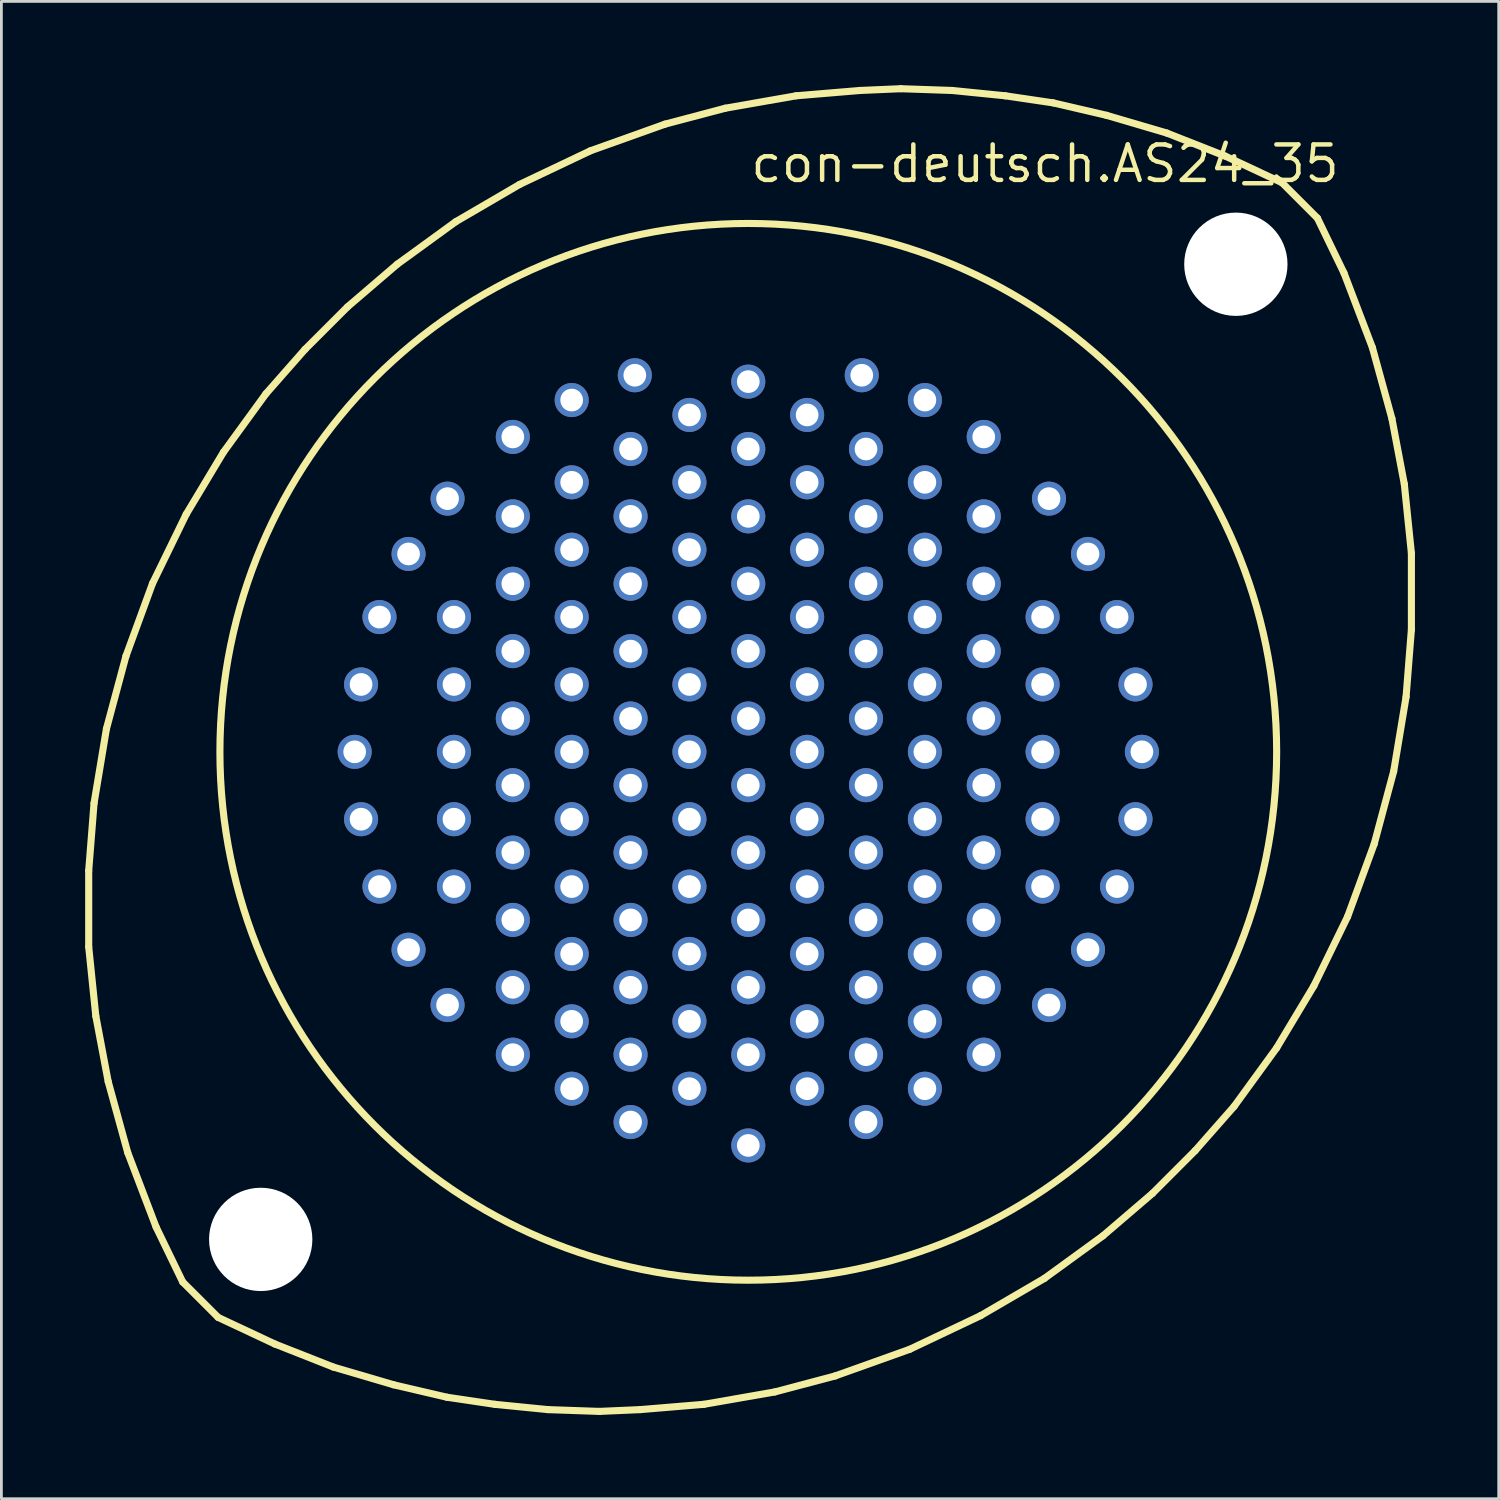
<source format=kicad_pcb>
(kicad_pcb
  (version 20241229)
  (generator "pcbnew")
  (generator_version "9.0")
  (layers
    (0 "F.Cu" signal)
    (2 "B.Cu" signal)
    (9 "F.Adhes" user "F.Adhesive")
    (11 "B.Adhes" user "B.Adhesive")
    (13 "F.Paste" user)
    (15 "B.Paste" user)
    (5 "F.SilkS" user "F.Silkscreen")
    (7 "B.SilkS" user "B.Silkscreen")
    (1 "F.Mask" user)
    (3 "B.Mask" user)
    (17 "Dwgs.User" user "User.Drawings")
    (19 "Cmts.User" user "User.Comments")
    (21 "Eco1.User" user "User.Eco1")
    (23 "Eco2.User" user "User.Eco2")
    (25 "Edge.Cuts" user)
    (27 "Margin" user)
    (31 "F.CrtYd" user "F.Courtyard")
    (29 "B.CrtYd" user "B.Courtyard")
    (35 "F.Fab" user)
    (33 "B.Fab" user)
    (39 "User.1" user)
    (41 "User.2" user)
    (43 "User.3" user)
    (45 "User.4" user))
  (footprint "con-deutsch.AS24_35"
    (layer "F.Cu")
    (at 23.749 23.876)
    (property "Reference" "con-deutsch.AS24_35" (at 0 -20.32 0) (layer "F.SilkS") (effects (font (size 1.27 1.27) (thickness 0.16)) (justify left bottom)))
    (attr through_hole)
    (fp_line (start -23.622 4.255) (end -23.431 1.841) (stroke (width 0.254) (type default)) (layer "F.SilkS"))
    (fp_line (start -23.622 6.985) (end -23.622 4.255) (stroke (width 0.254) (type default)) (layer "F.SilkS"))
    (fp_line (start -23.431 1.841) (end -22.987 -0.826) (stroke (width 0.254) (type default)) (layer "F.SilkS"))
    (fp_line (start -23.368 9.461) (end -23.622 6.985) (stroke (width 0.254) (type default)) (layer "F.SilkS"))
    (fp_line (start -22.987 -0.826) (end -22.288 -3.429) (stroke (width 0.254) (type default)) (layer "F.SilkS"))
    (fp_line (start -22.924 11.811) (end -23.368 9.461) (stroke (width 0.254) (type default)) (layer "F.SilkS"))
    (fp_line (start -22.288 -3.429) (end -21.336 -6.032) (stroke (width 0.254) (type default)) (layer "F.SilkS"))
    (fp_line (start -22.225 14.351) (end -22.924 11.811) (stroke (width 0.254) (type default)) (layer "F.SilkS"))
    (fp_line (start -21.336 -6.032) (end -20.13 -8.509) (stroke (width 0.254) (type default)) (layer "F.SilkS"))
    (fp_line (start -21.209 17.018) (end -22.225 14.351) (stroke (width 0.254) (type default)) (layer "F.SilkS"))
    (fp_line (start -20.256 18.986) (end -21.209 17.018) (stroke (width 0.254) (type default)) (layer "F.SilkS"))
    (fp_line (start -20.256 18.986) (end -18.986 20.256) (stroke (width 0.254) (type default)) (layer "F.SilkS"))
    (fp_line (start -20.13 -8.509) (end -18.796 -10.732) (stroke (width 0.254) (type default)) (layer "F.SilkS"))
    (fp_line (start -18.796 -10.732) (end -17.272 -12.827) (stroke (width 0.254) (type default)) (layer "F.SilkS"))
    (fp_line (start -17.272 -12.827) (end -15.875 -14.415) (stroke (width 0.254) (type default)) (layer "F.SilkS"))
    (fp_line (start -16.954 21.209) (end -18.986 20.256) (stroke (width 0.254) (type default)) (layer "F.SilkS"))
    (fp_line (start -15.875 -14.415) (end -14.351 -15.938) (stroke (width 0.254) (type default)) (layer "F.SilkS"))
    (fp_line (start -14.859 22.035) (end -16.954 21.209) (stroke (width 0.254) (type default)) (layer "F.SilkS"))
    (fp_line (start -14.351 -15.938) (end -12.573 -17.462) (stroke (width 0.254) (type default)) (layer "F.SilkS"))
    (fp_line (start -12.7 22.669) (end -14.859 22.035) (stroke (width 0.254) (type default)) (layer "F.SilkS"))
    (fp_line (start -12.573 -17.462) (end -10.477 -18.986) (stroke (width 0.254) (type default)) (layer "F.SilkS"))
    (fp_line (start -10.795 23.114) (end -12.7 22.669) (stroke (width 0.254) (type default)) (layer "F.SilkS"))
    (fp_line (start -10.477 -18.986) (end -8.191 -20.32) (stroke (width 0.254) (type default)) (layer "F.SilkS"))
    (fp_line (start -9.081 23.368) (end -10.795 23.114) (stroke (width 0.254) (type default)) (layer "F.SilkS"))
    (fp_line (start -8.191 -20.32) (end -5.652 -21.526) (stroke (width 0.254) (type default)) (layer "F.SilkS"))
    (fp_line (start -7.176 23.558) (end -9.081 23.368) (stroke (width 0.254) (type default)) (layer "F.SilkS"))
    (fp_line (start -5.652 -21.526) (end -2.985 -22.479) (stroke (width 0.254) (type default)) (layer "F.SilkS"))
    (fp_line (start -5.334 23.622) (end -7.176 23.558) (stroke (width 0.254) (type default)) (layer "F.SilkS"))
    (fp_line (start -3.873 23.558) (end -5.334 23.622) (stroke (width 0.254) (type default)) (layer "F.SilkS"))
    (fp_line (start -2.985 -22.479) (end -0.826 -23.05) (stroke (width 0.254) (type default)) (layer "F.SilkS"))
    (fp_line (start -1.587 23.368) (end -3.873 23.558) (stroke (width 0.254) (type default)) (layer "F.SilkS"))
    (fp_line (start -0.826 -23.05) (end 1.714 -23.495) (stroke (width 0.254) (type default)) (layer "F.SilkS"))
    (fp_line (start 0.953 22.924) (end -1.587 23.368) (stroke (width 0.254) (type default)) (layer "F.SilkS"))
    (fp_line (start 1.714 -23.495) (end 4 -23.686) (stroke (width 0.254) (type default)) (layer "F.SilkS"))
    (fp_line (start 3.111 22.352) (end 0.953 22.924) (stroke (width 0.254) (type default)) (layer "F.SilkS"))
    (fp_line (start 4 -23.686) (end 5.461 -23.749) (stroke (width 0.254) (type default)) (layer "F.SilkS"))
    (fp_line (start 5.461 -23.749) (end 7.303 -23.686) (stroke (width 0.254) (type default)) (layer "F.SilkS"))
    (fp_line (start 5.779 21.399) (end 3.111 22.352) (stroke (width 0.254) (type default)) (layer "F.SilkS"))
    (fp_line (start 7.303 -23.686) (end 9.207 -23.495) (stroke (width 0.254) (type default)) (layer "F.SilkS"))
    (fp_line (start 8.319 20.193) (end 5.779 21.399) (stroke (width 0.254) (type default)) (layer "F.SilkS"))
    (fp_line (start 9.207 -23.495) (end 10.922 -23.241) (stroke (width 0.254) (type default)) (layer "F.SilkS"))
    (fp_line (start 10.604 18.86) (end 8.319 20.193) (stroke (width 0.254) (type default)) (layer "F.SilkS"))
    (fp_line (start 10.922 -23.241) (end 12.827 -22.797) (stroke (width 0.254) (type default)) (layer "F.SilkS"))
    (fp_line (start 12.7 17.335) (end 10.604 18.86) (stroke (width 0.254) (type default)) (layer "F.SilkS"))
    (fp_line (start 12.827 -22.797) (end 14.986 -22.162) (stroke (width 0.254) (type default)) (layer "F.SilkS"))
    (fp_line (start 14.478 15.812) (end 12.7 17.335) (stroke (width 0.254) (type default)) (layer "F.SilkS"))
    (fp_line (start 14.986 -22.162) (end 17.081 -21.336) (stroke (width 0.254) (type default)) (layer "F.SilkS"))
    (fp_line (start 16.002 14.287) (end 14.478 15.812) (stroke (width 0.254) (type default)) (layer "F.SilkS"))
    (fp_line (start 17.081 -21.336) (end 19.113 -20.384) (stroke (width 0.254) (type default)) (layer "F.SilkS"))
    (fp_line (start 17.399 12.7) (end 16.002 14.287) (stroke (width 0.254) (type default)) (layer "F.SilkS"))
    (fp_line (start 18.923 10.604) (end 17.399 12.7) (stroke (width 0.254) (type default)) (layer "F.SilkS"))
    (fp_line (start 19.113 -20.384) (end 20.384 -19.113) (stroke (width 0.254) (type default)) (layer "F.SilkS"))
    (fp_line (start 20.256 8.382) (end 18.923 10.604) (stroke (width 0.254) (type default)) (layer "F.SilkS"))
    (fp_line (start 20.384 -19.113) (end 21.336 -17.145) (stroke (width 0.254) (type default)) (layer "F.SilkS"))
    (fp_line (start 21.336 -17.145) (end 22.352 -14.478) (stroke (width 0.254) (type default)) (layer "F.SilkS"))
    (fp_line (start 21.463 5.905) (end 20.256 8.382) (stroke (width 0.254) (type default)) (layer "F.SilkS"))
    (fp_line (start 22.352 -14.478) (end 23.05 -11.938) (stroke (width 0.254) (type default)) (layer "F.SilkS"))
    (fp_line (start 22.416 3.302) (end 21.463 5.905) (stroke (width 0.254) (type default)) (layer "F.SilkS"))
    (fp_line (start 23.05 -11.938) (end 23.495 -9.588) (stroke (width 0.254) (type default)) (layer "F.SilkS"))
    (fp_line (start 23.114 0.699) (end 22.416 3.302) (stroke (width 0.254) (type default)) (layer "F.SilkS"))
    (fp_line (start 23.495 -9.588) (end 23.749 -7.112) (stroke (width 0.254) (type default)) (layer "F.SilkS"))
    (fp_line (start 23.558 -1.968) (end 23.114 0.699) (stroke (width 0.254) (type default)) (layer "F.SilkS"))
    (fp_line (start 23.749 -7.112) (end 23.749 -4.381) (stroke (width 0.254) (type default)) (layer "F.SilkS"))
    (fp_line (start 23.749 -4.381) (end 23.558 -1.968) (stroke (width 0.254) (type default)) (layer "F.SilkS"))
    (fp_circle (center 0 0) (end 18.923 0) (stroke (width 0.254) (type default)) (fill no) (layer "F.SilkS"))
    (pad "" np_thru_hole circle (at -17.462 17.462) (size 3.7 3.7) (drill 3.7) (layers "*.Cu" "*.Mask"))
    (pad "" np_thru_hole circle (at 17.462 -17.462) (size 3.7 3.7) (drill 3.7) (layers "*.Cu" "*.Mask"))
    (pad "1" thru_hole circle (at -12.167 -7.087) (size 1.219 1.219) (drill 0.813) (layers "*.Cu" "*.Mask"))
    (pad "2" thru_hole circle (at -13.208 -4.826) (size 1.219 1.219) (drill 0.813) (layers "*.Cu" "*.Mask"))
    (pad "3" thru_hole circle (at -13.868 -2.413) (size 1.219 1.219) (drill 0.813) (layers "*.Cu" "*.Mask"))
    (pad "4" thru_hole circle (at -14.097 0) (size 1.219 1.219) (drill 0.813) (layers "*.Cu" "*.Mask"))
    (pad "5" thru_hole circle (at -13.868 2.413) (size 1.219 1.219) (drill 0.813) (layers "*.Cu" "*.Mask"))
    (pad "6" thru_hole circle (at -13.208 4.826) (size 1.219 1.219) (drill 0.813) (layers "*.Cu" "*.Mask"))
    (pad "7" thru_hole circle (at -12.167 7.087) (size 1.219 1.219) (drill 0.813) (layers "*.Cu" "*.Mask"))
    (pad "8" thru_hole circle (at -10.77 -9.068) (size 1.219 1.219) (drill 0.813) (layers "*.Cu" "*.Mask"))
    (pad "9" thru_hole circle (at -10.541 -4.826) (size 1.219 1.219) (drill 0.813) (layers "*.Cu" "*.Mask"))
    (pad "10" thru_hole circle (at -10.541 -2.413) (size 1.219 1.219) (drill 0.813) (layers "*.Cu" "*.Mask"))
    (pad "11" thru_hole circle (at -10.541 0) (size 1.219 1.219) (drill 0.813) (layers "*.Cu" "*.Mask"))
    (pad "12" thru_hole circle (at -10.541 2.413) (size 1.219 1.219) (drill 0.813) (layers "*.Cu" "*.Mask"))
    (pad "13" thru_hole circle (at -10.541 4.826) (size 1.219 1.219) (drill 0.813) (layers "*.Cu" "*.Mask"))
    (pad "14" thru_hole circle (at -10.77 9.068) (size 1.219 1.219) (drill 0.813) (layers "*.Cu" "*.Mask"))
    (pad "15" thru_hole circle (at -8.433 -11.278) (size 1.219 1.219) (drill 0.813) (layers "*.Cu" "*.Mask"))
    (pad "16" thru_hole circle (at -8.433 -8.433) (size 1.219 1.219) (drill 0.813) (layers "*.Cu" "*.Mask"))
    (pad "17" thru_hole circle (at -8.433 -6.02) (size 1.219 1.219) (drill 0.813) (layers "*.Cu" "*.Mask"))
    (pad "18" thru_hole circle (at -8.433 -3.607) (size 1.219 1.219) (drill 0.813) (layers "*.Cu" "*.Mask"))
    (pad "19" thru_hole circle (at -8.433 -1.194) (size 1.219 1.219) (drill 0.813) (layers "*.Cu" "*.Mask"))
    (pad "20" thru_hole circle (at -8.433 1.194) (size 1.219 1.219) (drill 0.813) (layers "*.Cu" "*.Mask"))
    (pad "21" thru_hole circle (at -8.433 3.607) (size 1.219 1.219) (drill 0.813) (layers "*.Cu" "*.Mask"))
    (pad "22" thru_hole circle (at -8.433 6.02) (size 1.219 1.219) (drill 0.813) (layers "*.Cu" "*.Mask"))
    (pad "23" thru_hole circle (at -8.433 8.433) (size 1.219 1.219) (drill 0.813) (layers "*.Cu" "*.Mask"))
    (pad "24" thru_hole circle (at -8.433 10.846) (size 1.219 1.219) (drill 0.813) (layers "*.Cu" "*.Mask"))
    (pad "25" thru_hole circle (at -6.325 -12.598) (size 1.219 1.219) (drill 0.813) (layers "*.Cu" "*.Mask"))
    (pad "26" thru_hole circle (at -6.325 -9.652) (size 1.219 1.219) (drill 0.813) (layers "*.Cu" "*.Mask"))
    (pad "27" thru_hole circle (at -6.325 -7.239) (size 1.219 1.219) (drill 0.813) (layers "*.Cu" "*.Mask"))
    (pad "28" thru_hole circle (at -6.325 -4.826) (size 1.219 1.219) (drill 0.813) (layers "*.Cu" "*.Mask"))
    (pad "29" thru_hole circle (at -6.325 -2.413) (size 1.219 1.219) (drill 0.813) (layers "*.Cu" "*.Mask"))
    (pad "30" thru_hole circle (at -6.325 0) (size 1.219 1.219) (drill 0.813) (layers "*.Cu" "*.Mask"))
    (pad "31" thru_hole circle (at -6.325 2.413) (size 1.219 1.219) (drill 0.813) (layers "*.Cu" "*.Mask"))
    (pad "32" thru_hole circle (at -6.325 4.826) (size 1.219 1.219) (drill 0.813) (layers "*.Cu" "*.Mask"))
    (pad "33" thru_hole circle (at -6.325 7.239) (size 1.219 1.219) (drill 0.813) (layers "*.Cu" "*.Mask"))
    (pad "34" thru_hole circle (at -6.325 9.652) (size 1.219 1.219) (drill 0.813) (layers "*.Cu" "*.Mask"))
    (pad "35" thru_hole circle (at -6.325 12.065) (size 1.219 1.219) (drill 0.813) (layers "*.Cu" "*.Mask"))
    (pad "36" thru_hole circle (at -4.064 -13.487) (size 1.219 1.219) (drill 0.813) (layers "*.Cu" "*.Mask"))
    (pad "37" thru_hole circle (at -4.216 -10.846) (size 1.219 1.219) (drill 0.813) (layers "*.Cu" "*.Mask"))
    (pad "38" thru_hole circle (at -4.216 -8.433) (size 1.219 1.219) (drill 0.813) (layers "*.Cu" "*.Mask"))
    (pad "39" thru_hole circle (at -4.216 -6.02) (size 1.219 1.219) (drill 0.813) (layers "*.Cu" "*.Mask"))
    (pad "40" thru_hole circle (at -4.216 -3.607) (size 1.219 1.219) (drill 0.813) (layers "*.Cu" "*.Mask"))
    (pad "41" thru_hole circle (at -4.216 -1.194) (size 1.219 1.219) (drill 0.813) (layers "*.Cu" "*.Mask"))
    (pad "42" thru_hole circle (at -4.216 1.194) (size 1.219 1.219) (drill 0.813) (layers "*.Cu" "*.Mask"))
    (pad "43" thru_hole circle (at -4.216 3.607) (size 1.219 1.219) (drill 0.813) (layers "*.Cu" "*.Mask"))
    (pad "44" thru_hole circle (at -4.216 6.02) (size 1.219 1.219) (drill 0.813) (layers "*.Cu" "*.Mask"))
    (pad "45" thru_hole circle (at -4.216 8.433) (size 1.219 1.219) (drill 0.813) (layers "*.Cu" "*.Mask"))
    (pad "46" thru_hole circle (at -4.216 10.846) (size 1.219 1.219) (drill 0.813) (layers "*.Cu" "*.Mask"))
    (pad "47" thru_hole circle (at -4.216 13.259) (size 1.219 1.219) (drill 0.813) (layers "*.Cu" "*.Mask"))
    (pad "48" thru_hole circle (at -2.108 -12.065) (size 1.219 1.219) (drill 0.813) (layers "*.Cu" "*.Mask"))
    (pad "49" thru_hole circle (at -2.108 -9.652) (size 1.219 1.219) (drill 0.813) (layers "*.Cu" "*.Mask"))
    (pad "50" thru_hole circle (at -2.108 -7.239) (size 1.219 1.219) (drill 0.813) (layers "*.Cu" "*.Mask"))
    (pad "51" thru_hole circle (at -2.108 -4.826) (size 1.219 1.219) (drill 0.813) (layers "*.Cu" "*.Mask"))
    (pad "52" thru_hole circle (at -2.108 -2.413) (size 1.219 1.219) (drill 0.813) (layers "*.Cu" "*.Mask"))
    (pad "53" thru_hole circle (at -2.108 0) (size 1.219 1.219) (drill 0.813) (layers "*.Cu" "*.Mask"))
    (pad "54" thru_hole circle (at -2.108 2.413) (size 1.219 1.219) (drill 0.813) (layers "*.Cu" "*.Mask"))
    (pad "55" thru_hole circle (at -2.108 4.826) (size 1.219 1.219) (drill 0.813) (layers "*.Cu" "*.Mask"))
    (pad "56" thru_hole circle (at -2.108 7.239) (size 1.219 1.219) (drill 0.813) (layers "*.Cu" "*.Mask"))
    (pad "57" thru_hole circle (at -2.108 9.652) (size 1.219 1.219) (drill 0.813) (layers "*.Cu" "*.Mask"))
    (pad "58" thru_hole circle (at -2.108 12.065) (size 1.219 1.219) (drill 0.813) (layers "*.Cu" "*.Mask"))
    (pad "59" thru_hole circle (at 0 -13.259) (size 1.219 1.219) (drill 0.813) (layers "*.Cu" "*.Mask"))
    (pad "60" thru_hole circle (at 0 -10.846) (size 1.219 1.219) (drill 0.813) (layers "*.Cu" "*.Mask"))
    (pad "61" thru_hole circle (at 0 -8.433) (size 1.219 1.219) (drill 0.813) (layers "*.Cu" "*.Mask"))
    (pad "62" thru_hole circle (at 0 -6.02) (size 1.219 1.219) (drill 0.813) (layers "*.Cu" "*.Mask"))
    (pad "63" thru_hole circle (at 0 -3.607) (size 1.219 1.219) (drill 0.813) (layers "*.Cu" "*.Mask"))
    (pad "64" thru_hole circle (at 0 -1.194) (size 1.219 1.219) (drill 0.813) (layers "*.Cu" "*.Mask"))
    (pad "65" thru_hole circle (at 0 1.194) (size 1.219 1.219) (drill 0.813) (layers "*.Cu" "*.Mask"))
    (pad "66" thru_hole circle (at 0 3.607) (size 1.219 1.219) (drill 0.813) (layers "*.Cu" "*.Mask"))
    (pad "67" thru_hole circle (at 0 6.02) (size 1.219 1.219) (drill 0.813) (layers "*.Cu" "*.Mask"))
    (pad "68" thru_hole circle (at 0 8.433) (size 1.219 1.219) (drill 0.813) (layers "*.Cu" "*.Mask"))
    (pad "69" thru_hole circle (at 0 10.846) (size 1.219 1.219) (drill 0.813) (layers "*.Cu" "*.Mask"))
    (pad "70" thru_hole circle (at 0 14.097) (size 1.219 1.219) (drill 0.813) (layers "*.Cu" "*.Mask"))
    (pad "71" thru_hole circle (at 2.108 -12.065) (size 1.219 1.219) (drill 0.813) (layers "*.Cu" "*.Mask"))
    (pad "72" thru_hole circle (at 2.108 -9.652) (size 1.219 1.219) (drill 0.813) (layers "*.Cu" "*.Mask"))
    (pad "73" thru_hole circle (at 2.108 -7.239) (size 1.219 1.219) (drill 0.813) (layers "*.Cu" "*.Mask"))
    (pad "74" thru_hole circle (at 2.108 -4.826) (size 1.219 1.219) (drill 0.813) (layers "*.Cu" "*.Mask"))
    (pad "75" thru_hole circle (at 2.108 -2.413) (size 1.219 1.219) (drill 0.813) (layers "*.Cu" "*.Mask"))
    (pad "76" thru_hole circle (at 2.108 0) (size 1.219 1.219) (drill 0.813) (layers "*.Cu" "*.Mask"))
    (pad "77" thru_hole circle (at 2.108 2.413) (size 1.219 1.219) (drill 0.813) (layers "*.Cu" "*.Mask"))
    (pad "78" thru_hole circle (at 2.108 4.826) (size 1.219 1.219) (drill 0.813) (layers "*.Cu" "*.Mask"))
    (pad "79" thru_hole circle (at 2.108 7.239) (size 1.219 1.219) (drill 0.813) (layers "*.Cu" "*.Mask"))
    (pad "80" thru_hole circle (at 2.108 9.652) (size 1.219 1.219) (drill 0.813) (layers "*.Cu" "*.Mask"))
    (pad "81" thru_hole circle (at 2.108 12.065) (size 1.219 1.219) (drill 0.813) (layers "*.Cu" "*.Mask"))
    (pad "82" thru_hole circle (at 4.064 -13.487) (size 1.219 1.219) (drill 0.813) (layers "*.Cu" "*.Mask"))
    (pad "83" thru_hole circle (at 4.216 -10.846) (size 1.219 1.219) (drill 0.813) (layers "*.Cu" "*.Mask"))
    (pad "84" thru_hole circle (at 4.216 -8.433) (size 1.219 1.219) (drill 0.813) (layers "*.Cu" "*.Mask"))
    (pad "85" thru_hole circle (at 4.216 -6.02) (size 1.219 1.219) (drill 0.813) (layers "*.Cu" "*.Mask"))
    (pad "86" thru_hole circle (at 4.216 -3.607) (size 1.219 1.219) (drill 0.813) (layers "*.Cu" "*.Mask"))
    (pad "87" thru_hole circle (at 4.216 -1.194) (size 1.219 1.219) (drill 0.813) (layers "*.Cu" "*.Mask"))
    (pad "88" thru_hole circle (at 4.216 1.194) (size 1.219 1.219) (drill 0.813) (layers "*.Cu" "*.Mask"))
    (pad "89" thru_hole circle (at 4.216 3.607) (size 1.219 1.219) (drill 0.813) (layers "*.Cu" "*.Mask"))
    (pad "90" thru_hole circle (at 4.216 6.02) (size 1.219 1.219) (drill 0.813) (layers "*.Cu" "*.Mask"))
    (pad "91" thru_hole circle (at 4.216 8.433) (size 1.219 1.219) (drill 0.813) (layers "*.Cu" "*.Mask"))
    (pad "92" thru_hole circle (at 4.216 10.846) (size 1.219 1.219) (drill 0.813) (layers "*.Cu" "*.Mask"))
    (pad "93" thru_hole circle (at 4.216 13.259) (size 1.219 1.219) (drill 0.813) (layers "*.Cu" "*.Mask"))
    (pad "94" thru_hole circle (at 6.325 -12.598) (size 1.219 1.219) (drill 0.813) (layers "*.Cu" "*.Mask"))
    (pad "95" thru_hole circle (at 6.325 -9.652) (size 1.219 1.219) (drill 0.813) (layers "*.Cu" "*.Mask"))
    (pad "96" thru_hole circle (at 6.325 -7.239) (size 1.219 1.219) (drill 0.813) (layers "*.Cu" "*.Mask"))
    (pad "97" thru_hole circle (at 6.325 -4.826) (size 1.219 1.219) (drill 0.813) (layers "*.Cu" "*.Mask"))
    (pad "98" thru_hole circle (at 6.325 -2.413) (size 1.219 1.219) (drill 0.813) (layers "*.Cu" "*.Mask"))
    (pad "99" thru_hole circle (at 6.325 0) (size 1.219 1.219) (drill 0.813) (layers "*.Cu" "*.Mask"))
    (pad "100" thru_hole circle (at 6.325 2.413) (size 1.219 1.219) (drill 0.813) (layers "*.Cu" "*.Mask"))
    (pad "101" thru_hole circle (at 6.325 4.826) (size 1.219 1.219) (drill 0.813) (layers "*.Cu" "*.Mask"))
    (pad "102" thru_hole circle (at 6.325 7.239) (size 1.219 1.219) (drill 0.813) (layers "*.Cu" "*.Mask"))
    (pad "103" thru_hole circle (at 6.325 9.652) (size 1.219 1.219) (drill 0.813) (layers "*.Cu" "*.Mask"))
    (pad "104" thru_hole circle (at 6.325 12.065) (size 1.219 1.219) (drill 0.813) (layers "*.Cu" "*.Mask"))
    (pad "105" thru_hole circle (at 8.433 -11.278) (size 1.219 1.219) (drill 0.813) (layers "*.Cu" "*.Mask"))
    (pad "106" thru_hole circle (at 8.433 -8.433) (size 1.219 1.219) (drill 0.813) (layers "*.Cu" "*.Mask"))
    (pad "107" thru_hole circle (at 8.433 -6.02) (size 1.219 1.219) (drill 0.813) (layers "*.Cu" "*.Mask"))
    (pad "108" thru_hole circle (at 8.433 -3.607) (size 1.219 1.219) (drill 0.813) (layers "*.Cu" "*.Mask"))
    (pad "109" thru_hole circle (at 8.433 -1.194) (size 1.219 1.219) (drill 0.813) (layers "*.Cu" "*.Mask"))
    (pad "110" thru_hole circle (at 8.433 1.194) (size 1.219 1.219) (drill 0.813) (layers "*.Cu" "*.Mask"))
    (pad "111" thru_hole circle (at 8.433 3.607) (size 1.219 1.219) (drill 0.813) (layers "*.Cu" "*.Mask"))
    (pad "112" thru_hole circle (at 8.433 6.02) (size 1.219 1.219) (drill 0.813) (layers "*.Cu" "*.Mask"))
    (pad "113" thru_hole circle (at 8.433 8.433) (size 1.219 1.219) (drill 0.813) (layers "*.Cu" "*.Mask"))
    (pad "114" thru_hole circle (at 8.433 10.846) (size 1.219 1.219) (drill 0.813) (layers "*.Cu" "*.Mask"))
    (pad "115" thru_hole circle (at 10.77 -9.068) (size 1.219 1.219) (drill 0.813) (layers "*.Cu" "*.Mask"))
    (pad "116" thru_hole circle (at 10.541 -4.826) (size 1.219 1.219) (drill 0.813) (layers "*.Cu" "*.Mask"))
    (pad "117" thru_hole circle (at 10.541 -2.413) (size 1.219 1.219) (drill 0.813) (layers "*.Cu" "*.Mask"))
    (pad "118" thru_hole circle (at 10.541 0) (size 1.219 1.219) (drill 0.813) (layers "*.Cu" "*.Mask"))
    (pad "119" thru_hole circle (at 10.541 2.413) (size 1.219 1.219) (drill 0.813) (layers "*.Cu" "*.Mask"))
    (pad "120" thru_hole circle (at 10.541 4.826) (size 1.219 1.219) (drill 0.813) (layers "*.Cu" "*.Mask"))
    (pad "121" thru_hole circle (at 10.77 9.068) (size 1.219 1.219) (drill 0.813) (layers "*.Cu" "*.Mask"))
    (pad "122" thru_hole circle (at 12.167 -7.087) (size 1.219 1.219) (drill 0.813) (layers "*.Cu" "*.Mask"))
    (pad "123" thru_hole circle (at 13.208 -4.826) (size 1.219 1.219) (drill 0.813) (layers "*.Cu" "*.Mask"))
    (pad "124" thru_hole circle (at 13.868 -2.413) (size 1.219 1.219) (drill 0.813) (layers "*.Cu" "*.Mask"))
    (pad "125" thru_hole circle (at 14.097 0) (size 1.219 1.219) (drill 0.813) (layers "*.Cu" "*.Mask"))
    (pad "126" thru_hole circle (at 13.868 2.413) (size 1.219 1.219) (drill 0.813) (layers "*.Cu" "*.Mask"))
    (pad "127" thru_hole circle (at 13.208 4.826) (size 1.219 1.219) (drill 0.813) (layers "*.Cu" "*.Mask"))
    (pad "128" thru_hole circle (at 12.167 7.087) (size 1.219 1.219) (drill 0.813) (layers "*.Cu" "*.Mask")))
  (gr_rect
    (start -3 -3)
    (end 50.625 50.625)
    (stroke (width 0.1) (type default))
    (fill no)
    (layer "Edge.Cuts")))
</source>
